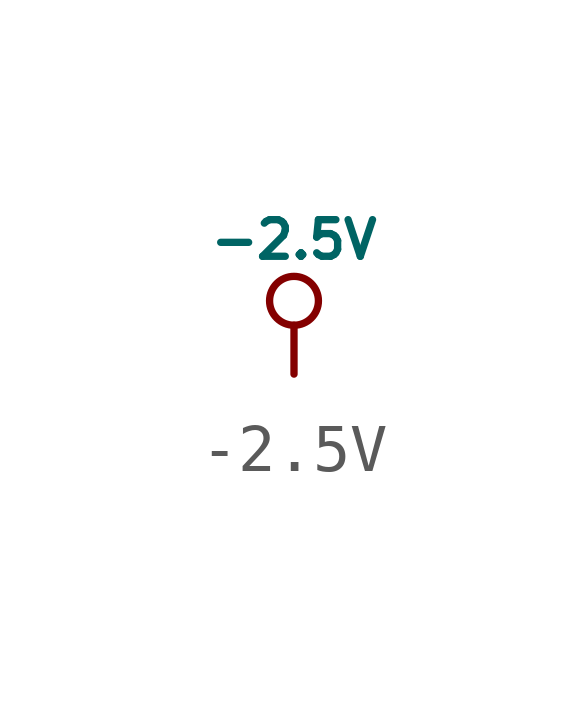
<source format=kicad_sym>
(kicad_symbol_lib
  (version 20241209)
  (generator "kicad_symbol_editor")
  (generator_version "9.0")
  (symbol "-2.5V"
    (power)
    (pin_names
      (offset 0))
    (property "Reference" "#PWR"
      (at 0 -1.016 0)
      (effects (font (size 0.762 0.762)) (hide yes)))
    (property "Value" "-2.5V"
      (at 0 2.794 0)
      (effects (font (size 0.762 0.762))))
    (property "Footprint" ""
      (at 0 0 0)
      (effects (font (size 1.524 1.524))))
    (property "Datasheet" ""
      (at 0 0 0)
      (effects (font (size 1.524 1.524))))
    (symbol "-2.5V_0_0"
      (pin power_in line (at 0 0 90) (length 0) (hide yes) (name "-2.5V" (effects (font (size 0.762 0.762)))) (number "1" (effects (font (size 0.762 0.762))))))
    (symbol "-2.5V_0_1"
      (circle (center 0 1.524) (radius 0.508) (stroke (width 0) (type default)) (fill (type none)))
      (polyline (pts (xy 0 0) (xy 0 1.016) (xy 0 1.016)) (stroke (width 0) (type default)) (fill (type none))))))
</source>
